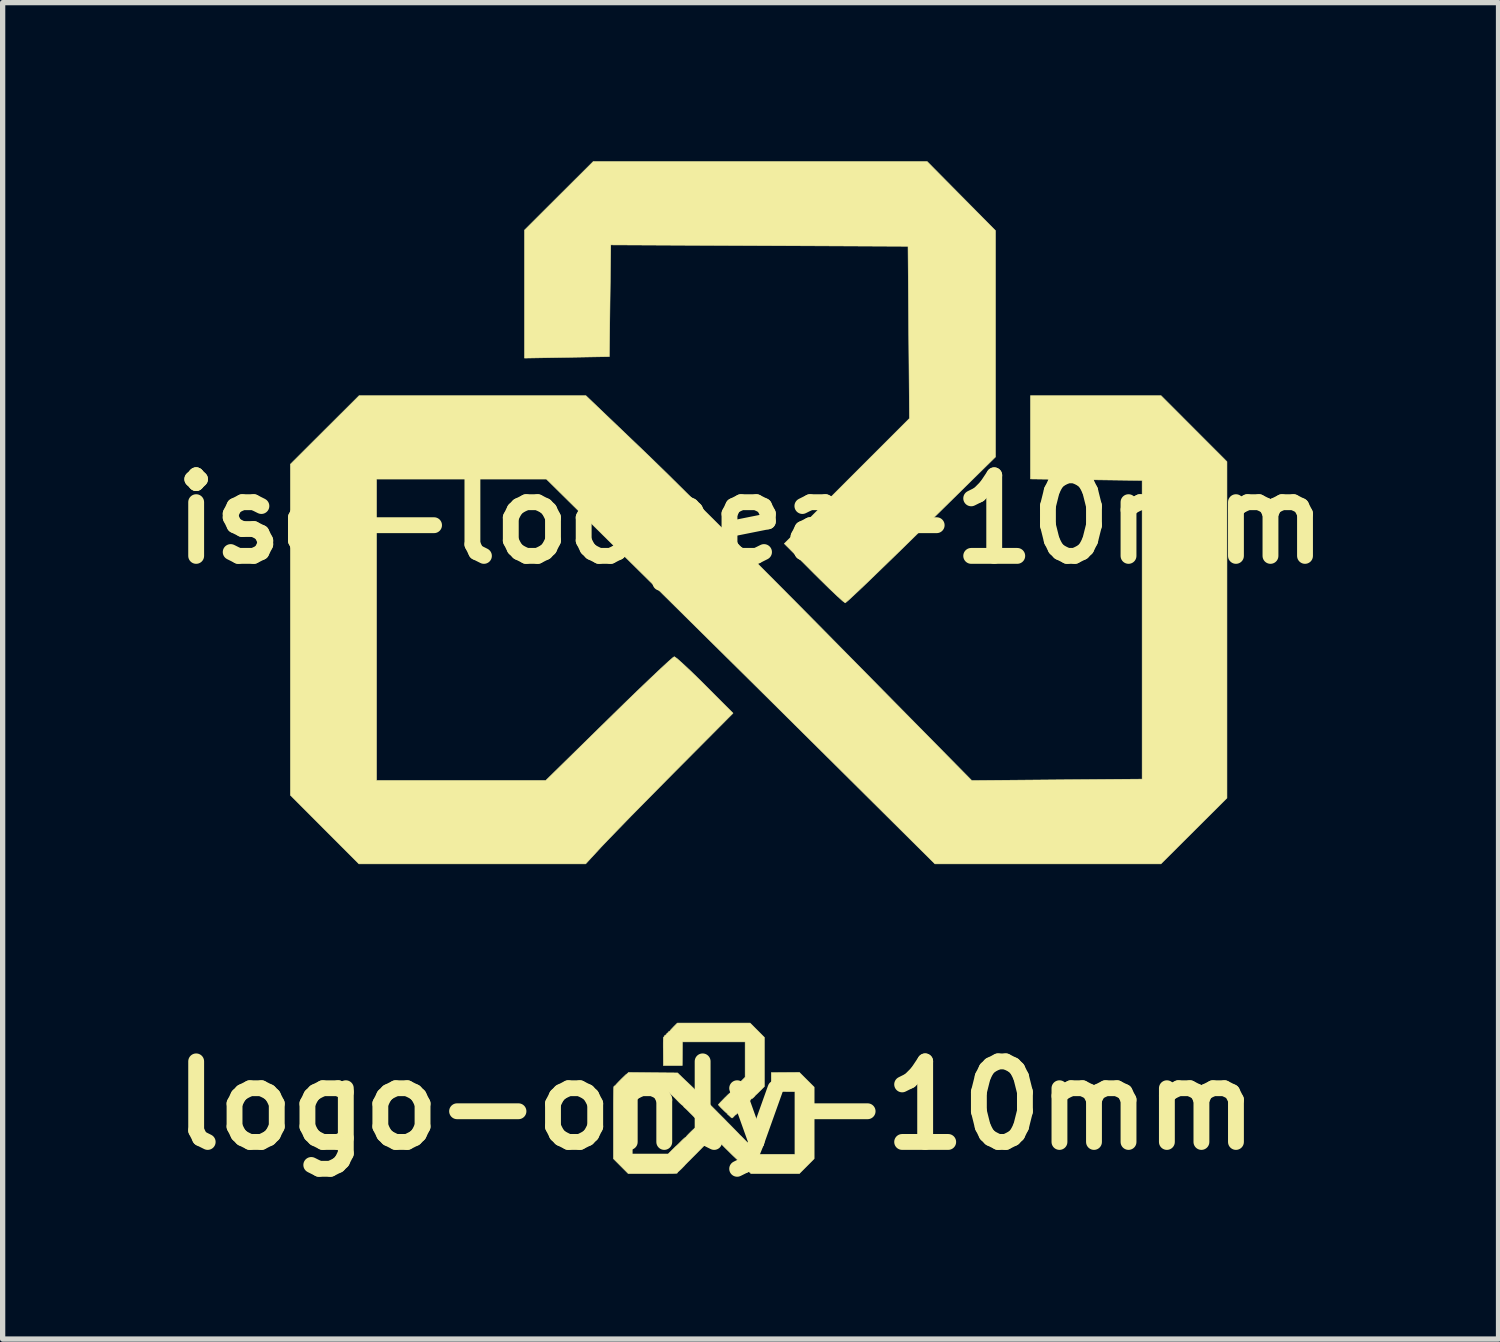
<source format=kicad_pcb>
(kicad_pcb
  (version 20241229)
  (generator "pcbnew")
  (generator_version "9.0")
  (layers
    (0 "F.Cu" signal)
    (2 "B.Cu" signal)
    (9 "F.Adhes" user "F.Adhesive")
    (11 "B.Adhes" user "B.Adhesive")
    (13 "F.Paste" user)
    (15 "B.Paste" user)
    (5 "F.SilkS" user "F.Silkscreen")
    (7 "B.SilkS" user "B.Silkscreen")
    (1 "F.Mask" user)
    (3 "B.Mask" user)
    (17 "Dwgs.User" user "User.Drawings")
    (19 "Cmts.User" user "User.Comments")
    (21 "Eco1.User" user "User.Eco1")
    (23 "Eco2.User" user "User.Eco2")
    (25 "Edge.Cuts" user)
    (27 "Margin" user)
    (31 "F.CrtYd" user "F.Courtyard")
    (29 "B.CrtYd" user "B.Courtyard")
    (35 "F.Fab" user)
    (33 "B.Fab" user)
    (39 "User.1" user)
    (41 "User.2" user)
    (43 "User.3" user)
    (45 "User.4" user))
  (footprint "logo-only-10mm"
    (layer "F.Cu")
    (at 10.494 17.86)
    (property "Reference" "logo-only-10mm" (at 0 0 0) (layer "F.SilkS") (effects (font (size 1.524 1.524) (thickness 0.3))))
    (attr through_hole)
    (fp_poly (pts (xy 0.779 -1.424) (xy 0.914 -1.288) (xy 0.914 -0.36) (xy 0.846 -0.291) (xy 0.817 -0.263) (xy 0.791 -0.237) (xy 0.77 -0.217) (xy 0.758 -0.206) (xy 0.745 -0.196) (xy 0.742 -0.191) (xy 0.742 -0.191) (xy 0.739 -0.186) (xy 0.728 -0.173) (xy 0.715 -0.159) (xy 0.695 -0.142) (xy 0.679 -0.13) (xy 0.672 -0.128) (xy 0.662 -0.123) (xy 0.661 -0.119) (xy 0.656 -0.111) (xy 0.641 -0.094) (xy 0.62 -0.071) (xy 0.594 -0.044) (xy 0.566 -0.015) (xy 0.537 0.013) (xy 0.51 0.039) (xy 0.487 0.06) (xy 0.47 0.075) (xy 0.461 0.081) (xy 0.46 0.08) (xy 0.456 0.082) (xy 0.455 0.086) (xy 0.45 0.097) (xy 0.436 0.114) (xy 0.416 0.135) (xy 0.412 0.139) (xy 0.391 0.158) (xy 0.376 0.172) (xy 0.369 0.177) (xy 0.368 0.176) (xy 0.364 0.179) (xy 0.351 0.191) (xy 0.339 0.204) (xy 0.322 0.222) (xy 0.308 0.233) (xy 0.302 0.236) (xy 0.292 0.23) (xy 0.275 0.217) (xy 0.262 0.204) (xy 0.244 0.187) (xy 0.23 0.176) (xy 0.225 0.173) (xy 0.219 0.167) (xy 0.218 0.16) (xy 0.216 0.151) (xy 0.213 0.152) (xy 0.206 0.148) (xy 0.191 0.135) (xy 0.17 0.116) (xy 0.145 0.092) (xy 0.118 0.065) (xy 0.092 0.04) (xy 0.07 0.016) (xy 0.053 -0.002) (xy 0.045 -0.013) (xy 0.044 -0.015) (xy 0.049 -0.023) (xy 0.064 -0.039) (xy 0.085 -0.063) (xy 0.112 -0.09) (xy 0.141 -0.12) (xy 0.171 -0.151) (xy 0.184 -0.163) (xy 0.186 -0.163) (xy 0.19 -0.159) (xy 0.194 -0.163) (xy 0.19 -0.167) (xy 0.186 -0.163) (xy 0.184 -0.163) (xy 0.2 -0.179) (xy 0.224 -0.203) (xy 0.226 -0.203) (xy 0.23 -0.199) (xy 0.234 -0.203) (xy 0.23 -0.207) (xy 0.226 -0.203) (xy 0.224 -0.203) (xy 0.225 -0.203) (xy 0.244 -0.221) (xy 0.256 -0.231) (xy 0.259 -0.232) (xy 0.265 -0.237) (xy 0.265 -0.24) (xy 0.271 -0.248) (xy 0.286 -0.266) (xy 0.309 -0.292) (xy 0.34 -0.323) (xy 0.375 -0.36) (xy 0.408 -0.393) (xy 0.55 -0.535) (xy 0.55 -1.203) (xy -0.636 -1.203) (xy -0.638 -0.98) (xy -0.64 -0.756) (xy -0.996 -0.756) (xy -0.998 -1.028) (xy -0.999 -1.111) (xy -0.999 -1.179) (xy -0.998 -1.231) (xy -0.997 -1.268) (xy -0.995 -1.289) (xy -0.992 -1.294) (xy -0.985 -1.295) (xy -0.984 -1.298) (xy -0.98 -1.31) (xy -0.969 -1.324) (xy -0.957 -1.332) (xy -0.951 -1.333) (xy -0.946 -1.335) (xy -0.947 -1.339) (xy -0.943 -1.347) (xy -0.938 -1.348) (xy -0.931 -1.349) (xy -0.932 -1.353) (xy -0.931 -1.363) (xy -0.922 -1.371) (xy -0.911 -1.373) (xy -0.909 -1.371) (xy -0.906 -1.371) (xy -0.908 -1.374) (xy -0.906 -1.384) (xy -0.897 -1.395) (xy -0.886 -1.403) (xy -0.878 -1.403) (xy -0.874 -1.405) (xy -0.874 -1.408) (xy -0.868 -1.416) (xy -0.854 -1.434) (xy -0.832 -1.457) (xy -0.806 -1.485) (xy -0.803 -1.488) (xy -0.732 -1.559) (xy 0.644 -1.559) (xy 0.779 -1.424)) (stroke (width 0.01) (type solid)) (fill yes) (layer "F.SilkS"))
    (fp_poly (pts (xy 1.855 -0.348) (xy 1.855 1.007) (xy 1.715 1.148) (xy 1.575 1.288) (xy 0.661 1.288) (xy 0.562 1.19) (xy 0.53 1.158) (xy 0.502 1.129) (xy 0.481 1.105) (xy 0.474 1.098) (xy 0.475 1.099) (xy 0.479 1.095) (xy 0.475 1.091) (xy 0.471 1.094) (xy 0.467 1.089) (xy 0.463 1.083) (xy 0.459 1.077) (xy 0.457 1.077) (xy 0.448 1.076) (xy 0.439 1.067) (xy 0.436 1.058) (xy 0.437 1.056) (xy 0.435 1.052) (xy 0.429 1.051) (xy 0.416 1.044) (xy 0.408 1.033) (xy 0.403 1.022) (xy 0.4 1.022) (xy 0.395 1.018) (xy 0.38 1.004) (xy 0.356 0.981) (xy 0.324 0.951) (xy 0.286 0.914) (xy 0.244 0.872) (xy 0.199 0.828) (xy 0.153 0.782) (xy 0.111 0.739) (xy 0.074 0.701) (xy 0.043 0.669) (xy 0.02 0.644) (xy 0.006 0.628) (xy 0.002 0.622) (xy -0.001 0.616) (xy -0.004 0.616) (xy -0.012 0.611) (xy -0.029 0.596) (xy -0.053 0.573) (xy -0.082 0.546) (xy -0.114 0.515) (xy -0.146 0.482) (xy -0.177 0.451) (xy -0.205 0.422) (xy -0.228 0.397) (xy -0.243 0.38) (xy -0.249 0.371) (xy -0.249 0.371) (xy -0.253 0.365) (xy -0.255 0.366) (xy -0.262 0.362) (xy -0.279 0.347) (xy -0.304 0.325) (xy -0.335 0.295) (xy -0.372 0.259) (xy -0.413 0.219) (xy -0.421 0.21) (xy -0.462 0.169) (xy -0.499 0.132) (xy -0.531 0.1) (xy -0.556 0.075) (xy -0.573 0.059) (xy -0.581 0.052) (xy -0.581 0.052) (xy -0.586 0.048) (xy -0.599 0.037) (xy -0.604 0.032) (xy -0.617 0.017) (xy -0.622 0.006) (xy -0.622 0.004) (xy -0.623 0.000112) (xy -0.626 0.002) (xy -0.634 -0.002) (xy -0.651 -0.016) (xy -0.675 -0.037) (xy -0.704 -0.065) (xy -0.73 -0.092) (xy -0.761 -0.124) (xy -0.788 -0.151) (xy -0.809 -0.171) (xy -0.822 -0.184) (xy -0.826 -0.186) (xy -0.831 -0.19) (xy -0.845 -0.202) (xy -0.864 -0.221) (xy -0.869 -0.226) (xy -0.912 -0.27) (xy -1.586 -0.27) (xy -1.586 0.917) (xy -0.906 0.917) (xy -0.831 0.841) (xy -0.803 0.814) (xy -0.78 0.791) (xy -0.763 0.774) (xy -0.754 0.767) (xy -0.753 0.766) (xy -0.747 0.761) (xy -0.731 0.746) (xy -0.708 0.724) (xy -0.681 0.697) (xy -0.664 0.68) (xy -0.634 0.65) (xy -0.608 0.626) (xy -0.587 0.608) (xy -0.574 0.598) (xy -0.571 0.597) (xy -0.566 0.595) (xy -0.565 0.592) (xy -0.56 0.583) (xy -0.545 0.567) (xy -0.523 0.544) (xy -0.497 0.518) (xy -0.469 0.49) (xy -0.442 0.464) (xy -0.418 0.442) (xy -0.399 0.426) (xy -0.388 0.419) (xy -0.387 0.418) (xy -0.377 0.424) (xy -0.361 0.438) (xy -0.339 0.459) (xy -0.329 0.47) (xy -0.307 0.492) (xy -0.289 0.51) (xy -0.279 0.52) (xy -0.277 0.521) (xy -0.269 0.526) (xy -0.253 0.541) (xy -0.232 0.561) (xy -0.208 0.585) (xy -0.184 0.61) (xy -0.163 0.633) (xy -0.147 0.651) (xy -0.138 0.662) (xy -0.138 0.663) (xy -0.143 0.67) (xy -0.159 0.688) (xy -0.183 0.713) (xy -0.215 0.747) (xy -0.253 0.786) (xy -0.297 0.831) (xy -0.345 0.879) (xy -0.363 0.898) (xy -0.412 0.947) (xy -0.458 0.993) (xy -0.498 1.034) (xy -0.533 1.068) (xy -0.56 1.096) (xy -0.579 1.115) (xy -0.588 1.125) (xy -0.589 1.126) (xy -0.594 1.133) (xy -0.608 1.148) (xy -0.628 1.168) (xy -0.65 1.191) (xy -0.673 1.213) (xy -0.694 1.232) (xy -0.708 1.245) (xy -0.711 1.247) (xy -0.724 1.258) (xy -0.728 1.264) (xy -0.728 1.265) (xy -0.728 1.269) (xy -0.734 1.277) (xy -0.738 1.279) (xy -0.746 1.281) (xy -0.759 1.283) (xy -0.778 1.284) (xy -0.804 1.286) (xy -0.838 1.287) (xy -0.882 1.287) (xy -0.937 1.288) (xy -1.004 1.288) (xy -1.084 1.288) (xy -1.178 1.288) (xy -1.203 1.288) (xy -1.661 1.288) (xy -1.941 1.007) (xy -1.941 0.333) (xy -1.941 0.193) (xy -1.941 0.069) (xy -1.941 -0.039) (xy -1.94 -0.132) (xy -1.939 -0.208) (xy -1.938 -0.269) (xy -1.937 -0.314) (xy -1.935 -0.343) (xy -1.934 -0.357) (xy -1.933 -0.357) (xy -1.922 -0.37) (xy -1.913 -0.373) (xy -1.904 -0.376) (xy -1.904 -0.379) (xy -1.9 -0.386) (xy -1.886 -0.402) (xy -1.864 -0.426) (xy -1.836 -0.455) (xy -1.803 -0.488) (xy -1.802 -0.49) (xy -1.769 -0.522) (xy -1.74 -0.55) (xy -1.717 -0.572) (xy -1.702 -0.586) (xy -1.696 -0.591) (xy -1.696 -0.591) (xy -1.691 -0.593) (xy -1.679 -0.603) (xy -1.676 -0.606) (xy -1.656 -0.625) (xy -1.192 -0.62) (xy -0.727 -0.616) (xy -0.707 -0.595) (xy -0.695 -0.583) (xy -0.673 -0.563) (xy -0.645 -0.535) (xy -0.611 -0.503) (xy -0.575 -0.468) (xy -0.57 -0.464) (xy -0.518 -0.415) (xy -0.477 -0.376) (xy -0.446 -0.346) (xy -0.422 -0.323) (xy -0.406 -0.307) (xy -0.395 -0.297) (xy -0.389 -0.29) (xy -0.387 -0.287) (xy -0.387 -0.286) (xy -0.388 -0.286) (xy -0.386 -0.282) (xy -0.375 -0.271) (xy -0.372 -0.269) (xy -0.361 -0.259) (xy -0.34 -0.24) (xy -0.311 -0.211) (xy -0.275 -0.175) (xy -0.232 -0.133) (xy -0.184 -0.085) (xy -0.131 -0.032) (xy -0.076 0.023) (xy -0.018 0.081) (xy 0.041 0.141) (xy 0.1 0.2) (xy 0.158 0.258) (xy 0.213 0.315) (xy 0.266 0.368) (xy 0.314 0.417) (xy 0.357 0.461) (xy 0.393 0.498) (xy 0.422 0.528) (xy 0.442 0.549) (xy 0.452 0.561) (xy 0.454 0.563) (xy 0.458 0.567) (xy 0.458 0.567) (xy 0.464 0.571) (xy 0.477 0.583) (xy 0.482 0.588) (xy 0.493 0.6) (xy 0.514 0.621) (xy 0.542 0.65) (xy 0.577 0.685) (xy 0.616 0.725) (xy 0.658 0.767) (xy 0.659 0.768) (xy 0.815 0.924) (xy 1.153 0.924) (xy 1.492 0.924) (xy 1.492 -0.262) (xy 1.268 -0.264) (xy 1.045 -0.266) (xy 1.045 -0.622) (xy 1.311 -0.624) (xy 1.576 -0.626) (xy 1.855 -0.348)) (stroke (width 0.01) (type solid)) (fill yes) (layer "F.SilkS")))
  (footprint "iso-loopea-10mm"
    (layer "F.Cu")
    (at 11.147 6.775)
    (property "Reference" "iso-loopea-10mm" (at 0 0 0) (layer "F.SilkS") (effects (font (size 1.524 1.524) (thickness 0.3))))
    (attr through_hole)
    (fp_poly (pts (xy 4.632 -5.463) (xy 4.632 -1.182) (xy 3.229 0.198) (xy 2.917 0.504) (xy 2.626 0.787) (xy 2.367 1.038) (xy 2.146 1.251) (xy 1.971 1.416) (xy 1.851 1.527) (xy 1.793 1.576) (xy 1.79 1.578) (xy 1.744 1.544) (xy 1.639 1.449) (xy 1.489 1.307) (xy 1.308 1.129) (xy 1.196 1.018) (xy 0.638 0.458) (xy 1.821 -0.727) (xy 3.005 -1.911) (xy 2.991 -3.539) (xy 2.978 -5.167) (xy 0.166 -5.18) (xy -2.645 -5.193) (xy -2.659 -4.136) (xy -2.672 -3.08) (xy -3.474 -3.066) (xy -4.276 -3.052) (xy -4.276 -5.473) (xy -3.626 -6.122) (xy -2.976 -6.77) (xy 3.339 -6.77) (xy 4.632 -5.463)) (stroke (width 0.01) (type solid)) (fill yes) (layer "F.SilkS"))
    (fp_poly (pts (xy -2.054 -1.327) (xy -1.834 -1.115) (xy -1.552 -0.84) (xy -1.218 -0.509) (xy -0.839 -0.134) (xy -0.426 0.278) (xy 0.014 0.718) (xy 0.469 1.175) (xy 0.933 1.642) (xy 1.395 2.109) (xy 1.596 2.313) (xy 4.184 4.939) (xy 5.795 4.925) (xy 7.406 4.912) (xy 7.406 -0.738) (xy 6.35 -0.752) (xy 5.294 -0.766) (xy 5.294 -2.341) (xy 7.764 -2.341) (xy 9.01 -1.093) (xy 9.01 5.27) (xy 8.385 5.893) (xy 7.761 6.515) (xy 5.624 6.515) (xy 3.487 6.515) (xy 1.756 4.796) (xy 1.348 4.391) (xy 0.885 3.932) (xy 0.385 3.436) (xy -0.136 2.92) (xy -0.66 2.402) (xy -1.169 1.899) (xy -1.646 1.427) (xy -1.919 1.157) (xy -3.863 -0.764) (xy -7.075 -0.764) (xy -7.075 4.937) (xy -3.874 4.937) (xy -2.681 3.767) (xy -2.393 3.485) (xy -2.127 3.228) (xy -1.893 3.004) (xy -1.698 2.82) (xy -1.553 2.686) (xy -1.465 2.61) (xy -1.443 2.596) (xy -1.393 2.63) (xy -1.286 2.725) (xy -1.135 2.866) (xy -0.953 3.043) (xy -0.865 3.131) (xy -0.332 3.665) (xy -1.433 4.772) (xy -1.724 5.066) (xy -2.006 5.352) (xy -2.268 5.618) (xy -2.496 5.853) (xy -2.68 6.043) (xy -2.807 6.176) (xy -2.827 6.197) (xy -3.12 6.515) (xy -7.408 6.515) (xy -8.056 5.866) (xy -8.704 5.216) (xy -8.704 -1.045) (xy -8.055 -1.693) (xy -7.405 -2.341) (xy -3.115 -2.341) (xy -2.054 -1.327)) (stroke (width 0.01) (type solid)) (fill yes) (layer "F.SilkS")))
  (gr_rect
    (start -3 -3)
    (end 25.294 22.278)
    (stroke (width 0.1) (type default))
    (fill no)
    (layer "Edge.Cuts")))
</source>
